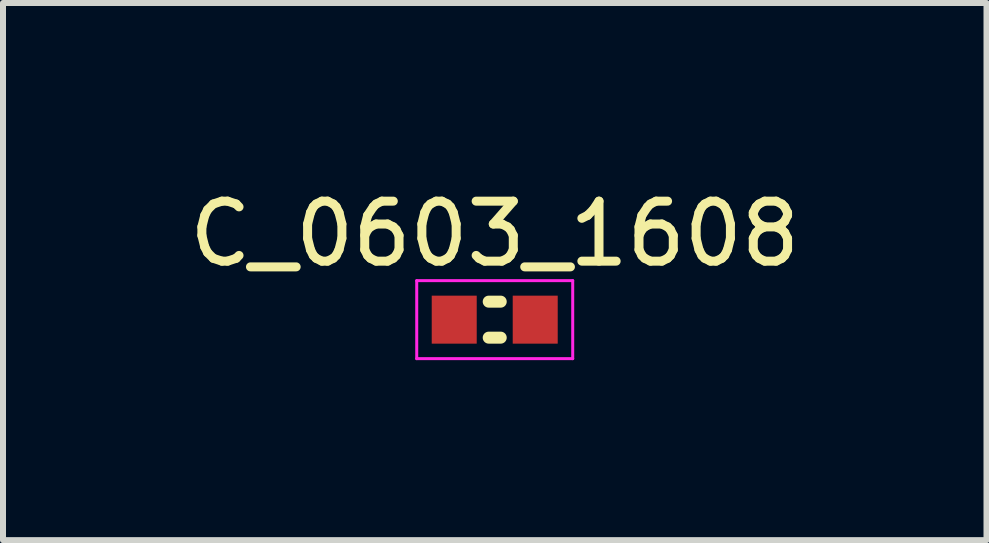
<source format=kicad_pcb>
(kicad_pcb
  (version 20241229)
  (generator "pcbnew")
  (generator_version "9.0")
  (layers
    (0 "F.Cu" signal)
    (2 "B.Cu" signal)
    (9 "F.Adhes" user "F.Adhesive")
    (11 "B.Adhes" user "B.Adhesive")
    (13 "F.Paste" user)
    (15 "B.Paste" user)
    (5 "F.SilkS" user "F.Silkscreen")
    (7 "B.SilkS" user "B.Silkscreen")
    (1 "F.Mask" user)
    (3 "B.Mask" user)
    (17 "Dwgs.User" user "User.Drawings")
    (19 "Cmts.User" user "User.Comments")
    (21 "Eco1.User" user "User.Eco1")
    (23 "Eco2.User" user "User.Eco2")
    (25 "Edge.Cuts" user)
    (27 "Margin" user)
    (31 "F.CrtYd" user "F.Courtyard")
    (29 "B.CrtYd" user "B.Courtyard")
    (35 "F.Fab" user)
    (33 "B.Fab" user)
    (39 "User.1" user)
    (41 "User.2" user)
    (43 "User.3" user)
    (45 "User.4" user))
  (footprint "C_0603_1608"
    (layer "F.Cu")
    (at 5.196 2.278)
    (property "Reference" "C_0603_1608" (at 0 -1.43 0) (layer "F.SilkS") (effects (font (size 1 1) (thickness 0.15))))
    (attr smd)
    (fp_line (start 0.1 -0.3) (end -0.1 -0.3) (stroke (width 0.2) (type solid)) (layer "F.SilkS"))
    (fp_line (start 0.1 0.3) (end -0.1 0.3) (stroke (width 0.2) (type solid)) (layer "F.SilkS"))
    (fp_line (start -1.3 -0.65) (end 1.3 -0.65) (stroke (width 0.05) (type solid)) (layer "F.CrtYd"))
    (fp_line (start -1.3 0.65) (end -1.3 -0.65) (stroke (width 0.05) (type solid)) (layer "F.CrtYd"))
    (fp_line (start 1.3 -0.65) (end 1.3 0.65) (stroke (width 0.05) (type solid)) (layer "F.CrtYd"))
    (fp_line (start 1.3 0.65) (end -1.3 0.65) (stroke (width 0.05) (type solid)) (layer "F.CrtYd"))
    (fp_line (start -0.85 0.45) (end -0.85 -0.45) (stroke (width 0.1) (type solid)) (layer "User.7"))
    (fp_line (start 0.85 -0.45) (end -0.85 -0.45) (stroke (width 0.1) (type solid)) (layer "User.7"))
    (fp_line (start 0.85 0.45) (end -0.85 0.45) (stroke (width 0.1) (type solid)) (layer "User.7"))
    (fp_line (start 0.85 0.45) (end 0.85 -0.45) (stroke (width 0.1) (type solid)) (layer "User.7"))
    (pad "1" smd rect (at -0.675 0 90) (size 0.8 0.75) (layers "F.Cu" "F.Mask" "F.Paste"))
    (pad "2" smd rect (at 0.675 0 90) (size 0.8 0.75) (layers "F.Cu" "F.Mask" "F.Paste")))
  (gr_rect
    (start -3 -3)
    (end 13.393 5.953)
    (stroke (width 0.1) (type default))
    (fill no)
    (layer "Edge.Cuts")))
</source>
